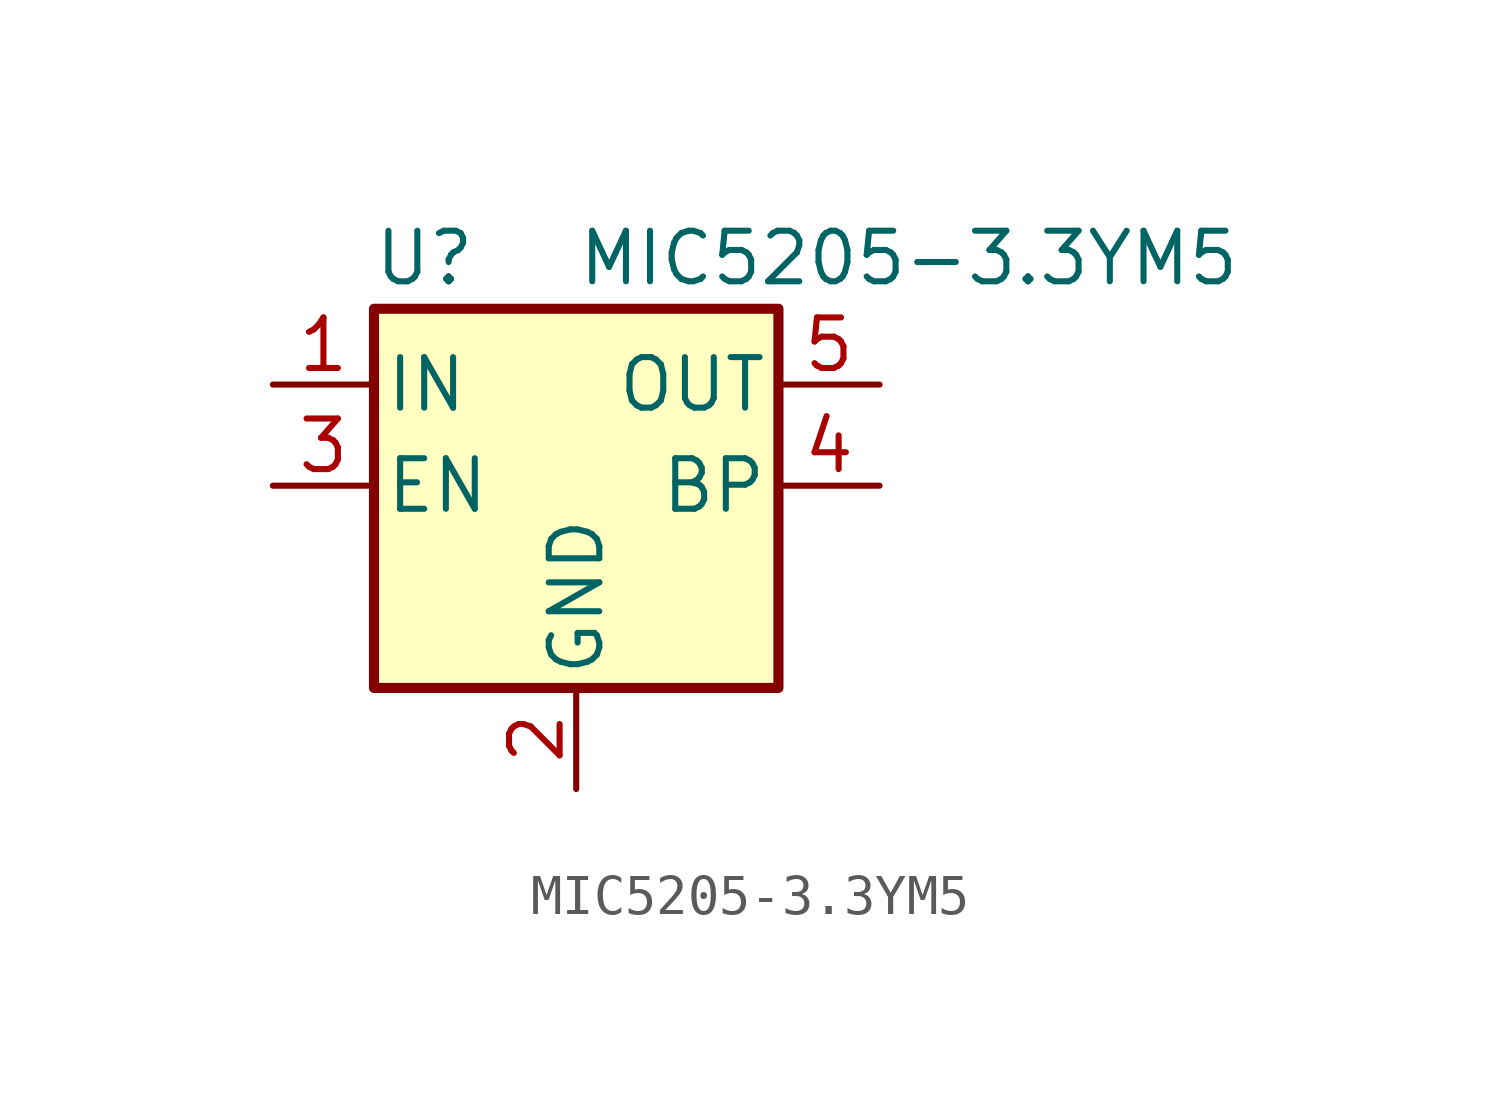
<source format=kicad_sym>
(kicad_symbol_lib
  (version 20220914)
  (generator kicad_symbol_editor)
  (symbol "MIC5205-3.3YM5"
    (pin_names
      (offset 0.254))
    (property "Reference" "U"
      (at -3.81 5.715 0)
      (effects (font (size 1.27 1.27))))
    (property "Value" "MIC5205-3.3YM5"
      (at 0 5.715 0)
      (effects (font (size 1.27 1.27)) (justify left)))
    (symbol "MIC5205-3.3YM5_0_1"
      (rectangle (start -5.08 4.445) (end 5.08 -5.08) (stroke (width 0.254) (type default)) (fill (type background))))
    (symbol "MIC5205-3.3YM5_1_1"
      (pin power_in line (at -7.62 2.54 0) (length 2.54) (name "IN" (effects (font (size 1.27 1.27)))) (number "1" (effects (font (size 1.27 1.27)))))
      (pin power_in line (at 0 -7.62 90) (length 2.54) (name "GND" (effects (font (size 1.27 1.27)))) (number "2" (effects (font (size 1.27 1.27)))))
      (pin input line (at -7.62 0 0) (length 2.54) (name "EN" (effects (font (size 1.27 1.27)))) (number "3" (effects (font (size 1.27 1.27)))))
      (pin input line (at 7.62 0 180) (length 2.54) (name "BP" (effects (font (size 1.27 1.27)))) (number "4" (effects (font (size 1.27 1.27)))))
      (pin power_out line (at 7.62 2.54 180) (length 2.54) (name "OUT" (effects (font (size 1.27 1.27)))) (number "5" (effects (font (size 1.27 1.27))))))))
</source>
